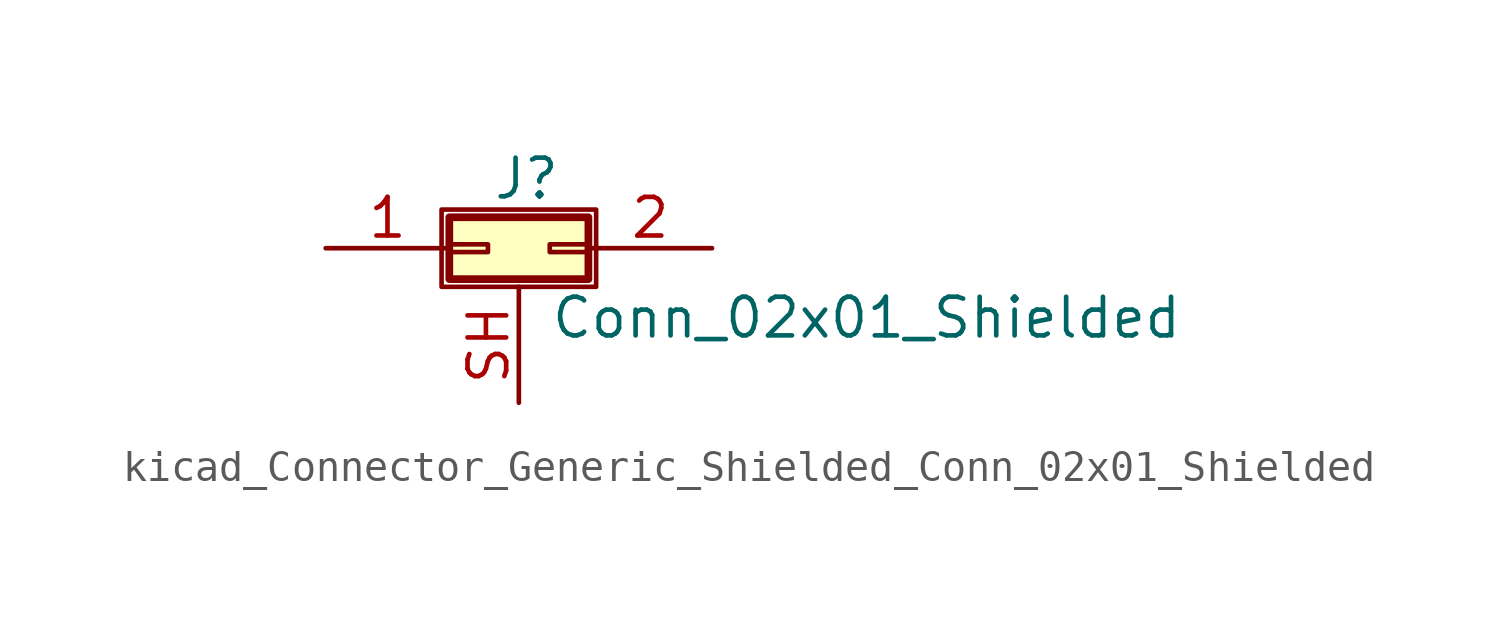
<source format=kicad_sym>
(kicad_symbol_lib
  (version 20220914)
  (generator kicad_symbol_editor)
  (symbol "kicad_Connector_Generic_Shielded_Conn_02x01_Shielded"
    (pin_names
      (offset 1.016) hide)
    (property "Reference" "J"
      (at 1.524 2.286 0)
      (effects (font (size 1.27 1.27))))
    (property "Value" "Conn_02x01_Shielded"
      (at 2.286 -2.286 0)
      (effects (font (size 1.27 1.27)) (justify left)))
    (symbol "kicad_Connector_Generic_Shielded_Conn_02x01_Shielded_1_1"
      (rectangle (start -1.27 1.27) (end 3.81 -1.27) (stroke (width 0.152) (type default)) (fill (type none)))
      (rectangle (start -1.016 0.127) (end 0.254 -0.127) (stroke (width 0.152) (type default)) (fill (type none)))
      (rectangle (start -1.016 1.016) (end 3.556 -1.016) (stroke (width 0.254) (type default)) (fill (type background)))
      (rectangle (start 3.556 0.127) (end 2.286 -0.127) (stroke (width 0.152) (type default)) (fill (type none)))
      (pin passive line (at -5.08 0 0) (length 4.064) (name "Pin_1" (effects (font (size 1.27 1.27)))) (number "1" (effects (font (size 1.27 1.27)))))
      (pin passive line (at 7.62 0 180) (length 4.064) (name "Pin_2" (effects (font (size 1.27 1.27)))) (number "2" (effects (font (size 1.27 1.27)))))
      (pin passive line (at 1.27 -5.08 90) (length 3.81) (name "Shield" (effects (font (size 1.27 1.27)))) (number "SH" (effects (font (size 1.27 1.27))))))))
</source>
